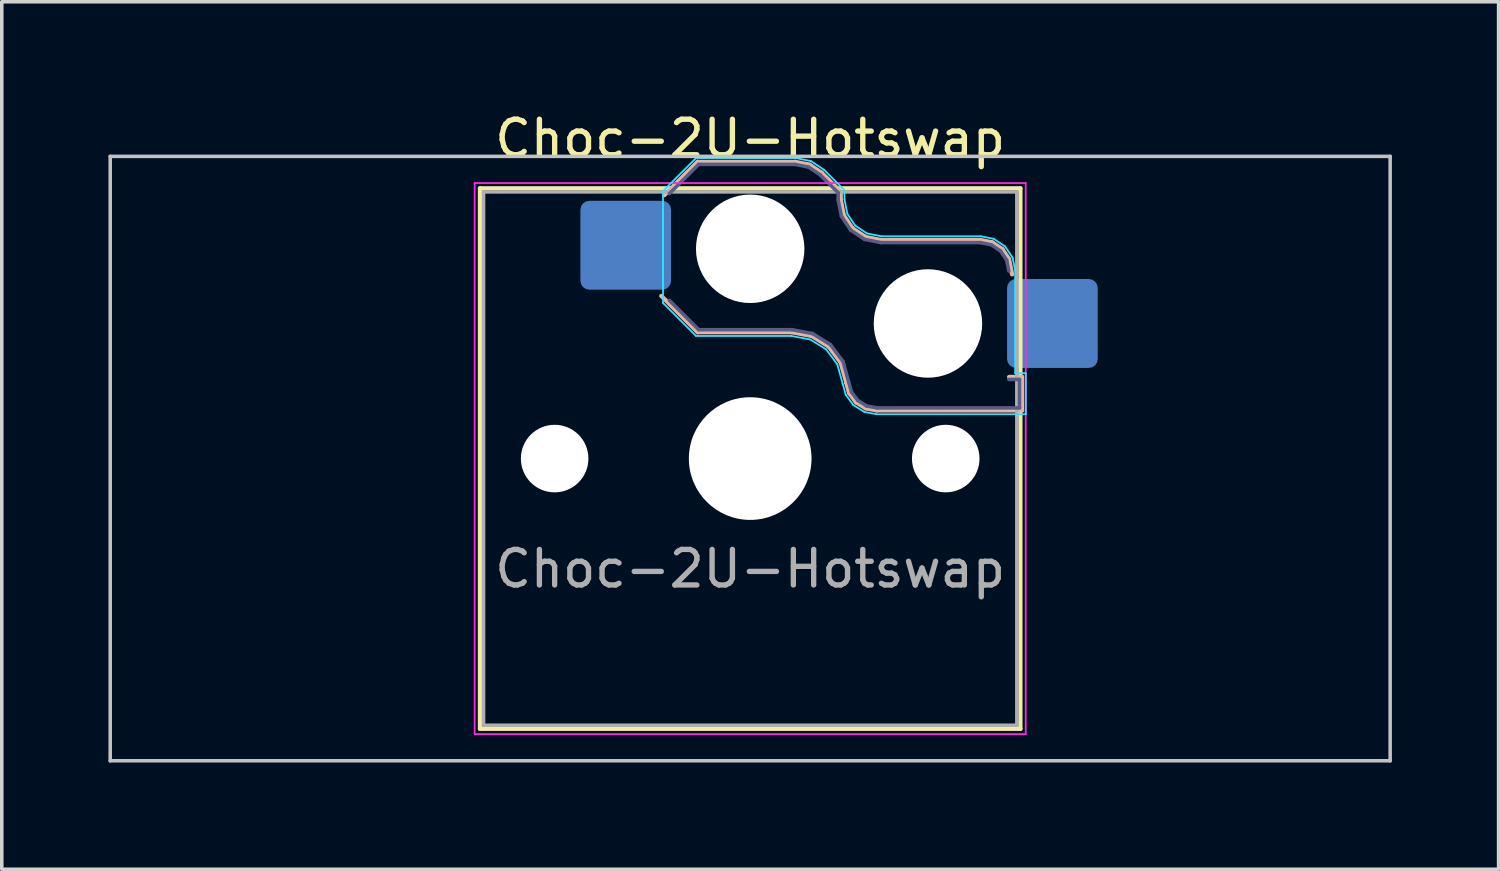
<source format=kicad_pcb>
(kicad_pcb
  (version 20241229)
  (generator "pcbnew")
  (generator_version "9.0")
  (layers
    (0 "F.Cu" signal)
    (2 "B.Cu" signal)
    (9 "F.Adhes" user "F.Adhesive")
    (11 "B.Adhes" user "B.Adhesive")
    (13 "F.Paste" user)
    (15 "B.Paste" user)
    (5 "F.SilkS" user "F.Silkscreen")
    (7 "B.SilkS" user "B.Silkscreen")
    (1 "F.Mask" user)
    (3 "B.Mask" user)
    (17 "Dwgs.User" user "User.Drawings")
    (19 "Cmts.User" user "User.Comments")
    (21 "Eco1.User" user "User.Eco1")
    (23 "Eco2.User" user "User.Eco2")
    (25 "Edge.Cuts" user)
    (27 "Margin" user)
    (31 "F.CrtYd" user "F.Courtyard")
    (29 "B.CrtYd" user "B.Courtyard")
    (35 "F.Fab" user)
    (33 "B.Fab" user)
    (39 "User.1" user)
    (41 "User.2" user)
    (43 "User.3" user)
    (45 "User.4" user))
  (footprint "Choc-2U-Hotswap"
    (layer "F.Cu")
    (at 18.05 9.848)
    (property "Reference" "Choc-2U-Hotswap" (at 0 -9 0) (layer "F.SilkS") (effects (font (size 1 1) (thickness 0.15))))
    (attr smd)
    (fp_line (start -7.6 -7.6) (end -7.6 7.6) (stroke (width 0.12) (type solid)) (layer "F.SilkS"))
    (fp_line (start -7.6 7.6) (end 7.6 7.6) (stroke (width 0.12) (type solid)) (layer "F.SilkS"))
    (fp_line (start 7.6 -7.6) (end -7.6 -7.6) (stroke (width 0.12) (type solid)) (layer "F.SilkS"))
    (fp_line (start 7.6 7.6) (end 7.6 -7.6) (stroke (width 0.12) (type solid)) (layer "F.SilkS"))
    (fp_line (start -2.416 -7.409) (end -1.479 -8.346) (stroke (width 0.12) (type solid)) (layer "B.SilkS"))
    (fp_line (start -1.479 -8.346) (end 1.268 -8.346) (stroke (width 0.12) (type solid)) (layer "B.SilkS"))
    (fp_line (start -1.479 -3.554) (end -2.5 -4.575) (stroke (width 0.12) (type solid)) (layer "B.SilkS"))
    (fp_line (start 1.168 -3.554) (end -1.479 -3.554) (stroke (width 0.12) (type solid)) (layer "B.SilkS"))
    (fp_line (start 1.268 -8.346) (end 1.671 -8.266) (stroke (width 0.12) (type solid)) (layer "B.SilkS"))
    (fp_line (start 1.671 -8.266) (end 2.013 -8.037) (stroke (width 0.12) (type solid)) (layer "B.SilkS"))
    (fp_line (start 1.73 -3.449) (end 1.168 -3.554) (stroke (width 0.12) (type solid)) (layer "B.SilkS"))
    (fp_line (start 2.013 -8.037) (end 2.546 -7.504) (stroke (width 0.12) (type solid)) (layer "B.SilkS"))
    (fp_line (start 2.209 -3.15) (end 1.73 -3.449) (stroke (width 0.12) (type solid)) (layer "B.SilkS"))
    (fp_line (start 2.546 -7.504) (end 2.546 -7.282) (stroke (width 0.12) (type solid)) (layer "B.SilkS"))
    (fp_line (start 2.546 -7.282) (end 2.633 -6.844) (stroke (width 0.12) (type solid)) (layer "B.SilkS"))
    (fp_line (start 2.547 -2.697) (end 2.209 -3.15) (stroke (width 0.12) (type solid)) (layer "B.SilkS"))
    (fp_line (start 2.633 -6.844) (end 2.877 -6.477) (stroke (width 0.12) (type solid)) (layer "B.SilkS"))
    (fp_line (start 2.701 -2.139) (end 2.547 -2.697) (stroke (width 0.12) (type solid)) (layer "B.SilkS"))
    (fp_line (start 2.783 -1.841) (end 2.701 -2.139) (stroke (width 0.12) (type solid)) (layer "B.SilkS"))
    (fp_line (start 2.877 -6.477) (end 3.244 -6.233) (stroke (width 0.12) (type solid)) (layer "B.SilkS"))
    (fp_line (start 2.976 -1.583) (end 2.783 -1.841) (stroke (width 0.12) (type solid)) (layer "B.SilkS"))
    (fp_line (start 3.244 -6.233) (end 3.682 -6.146) (stroke (width 0.12) (type solid)) (layer "B.SilkS"))
    (fp_line (start 3.25 -1.413) (end 2.976 -1.583) (stroke (width 0.12) (type solid)) (layer "B.SilkS"))
    (fp_line (start 3.56 -1.354) (end 3.25 -1.413) (stroke (width 0.12) (type solid)) (layer "B.SilkS"))
    (fp_line (start 3.682 -6.146) (end 6.482 -6.146) (stroke (width 0.12) (type solid)) (layer "B.SilkS"))
    (fp_line (start 6.482 -6.146) (end 6.809 -6.081) (stroke (width 0.12) (type solid)) (layer "B.SilkS"))
    (fp_line (start 6.809 -6.081) (end 7.092 -5.892) (stroke (width 0.12) (type solid)) (layer "B.SilkS"))
    (fp_line (start 7.092 -5.892) (end 7.281 -5.609) (stroke (width 0.12) (type solid)) (layer "B.SilkS"))
    (fp_line (start 7.281 -5.609) (end 7.366 -5.182) (stroke (width 0.12) (type solid)) (layer "B.SilkS"))
    (fp_line (start 7.283 -2.296) (end 7.646 -2.296) (stroke (width 0.12) (type solid)) (layer "B.SilkS"))
    (fp_line (start 7.646 -2.296) (end 7.646 -1.354) (stroke (width 0.12) (type solid)) (layer "B.SilkS"))
    (fp_line (start 7.646 -1.354) (end 3.56 -1.354) (stroke (width 0.12) (type solid)) (layer "B.SilkS"))
    (fp_line (start -18 -8.5) (end -18 8.5) (stroke (width 0.1) (type solid)) (layer "Dwgs.User"))
    (fp_line (start -18 8.5) (end 18 8.5) (stroke (width 0.1) (type solid)) (layer "Dwgs.User"))
    (fp_line (start 18 -8.5) (end -18 -8.5) (stroke (width 0.1) (type solid)) (layer "Dwgs.User"))
    (fp_line (start 18 8.5) (end 18 -8.5) (stroke (width 0.1) (type solid)) (layer "Dwgs.User"))
    (fp_line (start -7.25 -7.25) (end -7.25 7.25) (stroke (width 0.1) (type solid)) (layer "Eco1.User"))
    (fp_line (start -7.25 7.25) (end 7.25 7.25) (stroke (width 0.1) (type solid)) (layer "Eco1.User"))
    (fp_line (start 7.25 -7.25) (end -7.25 -7.25) (stroke (width 0.1) (type solid)) (layer "Eco1.User"))
    (fp_line (start 7.25 7.25) (end 7.25 -7.25) (stroke (width 0.1) (type solid)) (layer "Eco1.User"))
    (fp_line (start -2.452 -7.523) (end -1.523 -8.452) (stroke (width 0.05) (type solid)) (layer "B.CrtYd"))
    (fp_line (start -2.452 -4.377) (end -2.452 -7.523) (stroke (width 0.05) (type solid)) (layer "B.CrtYd"))
    (fp_line (start -1.523 -8.452) (end 1.278 -8.452) (stroke (width 0.05) (type solid)) (layer "B.CrtYd"))
    (fp_line (start -1.523 -3.448) (end -2.452 -4.377) (stroke (width 0.05) (type solid)) (layer "B.CrtYd"))
    (fp_line (start 1.159 -3.448) (end -1.523 -3.448) (stroke (width 0.05) (type solid)) (layer "B.CrtYd"))
    (fp_line (start 1.278 -8.452) (end 1.712 -8.366) (stroke (width 0.05) (type solid)) (layer "B.CrtYd"))
    (fp_line (start 1.691 -3.348) (end 1.159 -3.448) (stroke (width 0.05) (type solid)) (layer "B.CrtYd"))
    (fp_line (start 1.712 -8.366) (end 2.081 -8.119) (stroke (width 0.05) (type solid)) (layer "B.CrtYd"))
    (fp_line (start 2.081 -8.119) (end 2.652 -7.548) (stroke (width 0.05) (type solid)) (layer "B.CrtYd"))
    (fp_line (start 2.136 -3.071) (end 1.691 -3.348) (stroke (width 0.05) (type solid)) (layer "B.CrtYd"))
    (fp_line (start 2.45 -2.65) (end 2.136 -3.071) (stroke (width 0.05) (type solid)) (layer "B.CrtYd"))
    (fp_line (start 2.599 -2.111) (end 2.45 -2.65) (stroke (width 0.05) (type solid)) (layer "B.CrtYd"))
    (fp_line (start 2.652 -7.548) (end 2.652 -7.292) (stroke (width 0.05) (type solid)) (layer "B.CrtYd"))
    (fp_line (start 2.652 -7.292) (end 2.733 -6.885) (stroke (width 0.05) (type solid)) (layer "B.CrtYd"))
    (fp_line (start 2.687 -1.794) (end 2.599 -2.111) (stroke (width 0.05) (type solid)) (layer "B.CrtYd"))
    (fp_line (start 2.733 -6.885) (end 2.953 -6.553) (stroke (width 0.05) (type solid)) (layer "B.CrtYd"))
    (fp_line (start 2.903 -1.503) (end 2.687 -1.794) (stroke (width 0.05) (type solid)) (layer "B.CrtYd"))
    (fp_line (start 2.953 -6.553) (end 3.285 -6.333) (stroke (width 0.05) (type solid)) (layer "B.CrtYd"))
    (fp_line (start 3.211 -1.312) (end 2.903 -1.503) (stroke (width 0.05) (type solid)) (layer "B.CrtYd"))
    (fp_line (start 3.285 -6.333) (end 3.692 -6.252) (stroke (width 0.05) (type solid)) (layer "B.CrtYd"))
    (fp_line (start 3.55 -1.248) (end 3.211 -1.312) (stroke (width 0.05) (type solid)) (layer "B.CrtYd"))
    (fp_line (start 3.692 -6.252) (end 6.492 -6.252) (stroke (width 0.05) (type solid)) (layer "B.CrtYd"))
    (fp_line (start 6.492 -6.252) (end 6.85 -6.181) (stroke (width 0.05) (type solid)) (layer "B.CrtYd"))
    (fp_line (start 6.85 -6.181) (end 7.168 -5.968) (stroke (width 0.05) (type solid)) (layer "B.CrtYd"))
    (fp_line (start 7.168 -5.968) (end 7.381 -5.65) (stroke (width 0.05) (type solid)) (layer "B.CrtYd"))
    (fp_line (start 7.381 -5.65) (end 7.452 -5.292) (stroke (width 0.05) (type solid)) (layer "B.CrtYd"))
    (fp_line (start 7.452 -5.292) (end 7.452 -2.402) (stroke (width 0.05) (type solid)) (layer "B.CrtYd"))
    (fp_line (start 7.452 -2.402) (end 7.752 -2.402) (stroke (width 0.05) (type solid)) (layer "B.CrtYd"))
    (fp_line (start 7.752 -2.402) (end 7.752 -1.248) (stroke (width 0.05) (type solid)) (layer "B.CrtYd"))
    (fp_line (start 7.752 -1.248) (end 3.55 -1.248) (stroke (width 0.05) (type solid)) (layer "B.CrtYd"))
    (fp_line (start -7.75 -7.75) (end -7.75 7.75) (stroke (width 0.05) (type solid)) (layer "F.CrtYd"))
    (fp_line (start -7.75 7.75) (end 7.75 7.75) (stroke (width 0.05) (type solid)) (layer "F.CrtYd"))
    (fp_line (start 7.75 -7.75) (end -7.75 -7.75) (stroke (width 0.05) (type solid)) (layer "F.CrtYd"))
    (fp_line (start 7.75 7.75) (end 7.75 -7.75) (stroke (width 0.05) (type solid)) (layer "F.CrtYd"))
    (fp_line (start -2.275 -7.45) (end -1.45 -8.275) (stroke (width 0.1) (type solid)) (layer "B.Fab"))
    (fp_line (start -1.45 -8.275) (end 1.261 -8.275) (stroke (width 0.1) (type solid)) (layer "B.Fab"))
    (fp_line (start -1.45 -3.625) (end -2.275 -4.45) (stroke (width 0.1) (type solid)) (layer "B.Fab"))
    (fp_line (start 1.175 -3.625) (end -1.45 -3.625) (stroke (width 0.1) (type solid)) (layer "B.Fab"))
    (fp_line (start 1.261 -8.275) (end 1.643 -8.199) (stroke (width 0.1) (type solid)) (layer "B.Fab"))
    (fp_line (start 1.643 -8.199) (end 1.968 -7.982) (stroke (width 0.1) (type solid)) (layer "B.Fab"))
    (fp_line (start 1.756 -3.516) (end 1.175 -3.625) (stroke (width 0.1) (type solid)) (layer "B.Fab"))
    (fp_line (start 1.968 -7.982) (end 2.475 -7.475) (stroke (width 0.1) (type solid)) (layer "B.Fab"))
    (fp_line (start 2.258 -3.203) (end 1.756 -3.516) (stroke (width 0.1) (type solid)) (layer "B.Fab"))
    (fp_line (start 2.475 -7.475) (end 2.475 -7.275) (stroke (width 0.1) (type solid)) (layer "B.Fab"))
    (fp_line (start 2.475 -7.275) (end 2.566 -6.816) (stroke (width 0.1) (type solid)) (layer "B.Fab"))
    (fp_line (start 2.566 -6.816) (end 2.826 -6.426) (stroke (width 0.1) (type solid)) (layer "B.Fab"))
    (fp_line (start 2.612 -2.729) (end 2.258 -3.203) (stroke (width 0.1) (type solid)) (layer "B.Fab"))
    (fp_line (start 2.769 -2.158) (end 2.612 -2.729) (stroke (width 0.1) (type solid)) (layer "B.Fab"))
    (fp_line (start 2.826 -6.426) (end 3.216 -6.166) (stroke (width 0.1) (type solid)) (layer "B.Fab"))
    (fp_line (start 2.848 -1.873) (end 2.769 -2.158) (stroke (width 0.1) (type solid)) (layer "B.Fab"))
    (fp_line (start 3.025 -1.636) (end 2.848 -1.873) (stroke (width 0.1) (type solid)) (layer "B.Fab"))
    (fp_line (start 3.216 -6.166) (end 3.675 -6.075) (stroke (width 0.1) (type solid)) (layer "B.Fab"))
    (fp_line (start 3.276 -1.48) (end 3.025 -1.636) (stroke (width 0.1) (type solid)) (layer "B.Fab"))
    (fp_line (start 3.567 -1.425) (end 3.276 -1.48) (stroke (width 0.1) (type solid)) (layer "B.Fab"))
    (fp_line (start 3.675 -6.075) (end 6.475 -6.075) (stroke (width 0.1) (type solid)) (layer "B.Fab"))
    (fp_line (start 6.475 -6.075) (end 6.781 -6.014) (stroke (width 0.1) (type solid)) (layer "B.Fab"))
    (fp_line (start 6.781 -6.014) (end 7.041 -5.841) (stroke (width 0.1) (type solid)) (layer "B.Fab"))
    (fp_line (start 7.041 -5.841) (end 7.214 -5.581) (stroke (width 0.1) (type solid)) (layer "B.Fab"))
    (fp_line (start 7.214 -5.581) (end 7.275 -5.275) (stroke (width 0.1) (type solid)) (layer "B.Fab"))
    (fp_line (start 7.275 -2.225) (end 7.575 -2.225) (stroke (width 0.1) (type solid)) (layer "B.Fab"))
    (fp_line (start 7.575 -2.225) (end 7.575 -1.425) (stroke (width 0.1) (type solid)) (layer "B.Fab"))
    (fp_line (start 7.575 -1.425) (end 3.567 -1.425) (stroke (width 0.1) (type solid)) (layer "B.Fab"))
    (fp_line (start -7.5 -7.5) (end -7.5 7.5) (stroke (width 0.1) (type solid)) (layer "F.Fab"))
    (fp_line (start -7.5 7.5) (end 7.5 7.5) (stroke (width 0.1) (type solid)) (layer "F.Fab"))
    (fp_line (start 7.5 -7.5) (end -7.5 -7.5) (stroke (width 0.1) (type solid)) (layer "F.Fab"))
    (fp_line (start 7.5 7.5) (end 7.5 -7.5) (stroke (width 0.1) (type solid)) (layer "F.Fab"))
    (fp_text user "${REFERENCE}" (at 0 3.1 0) (layer "F.Fab") (effects (font (size 1 1) (thickness 0.15))))
    (pad "" np_thru_hole circle (at -5.5 0) (size 1.9 1.9) (drill 1.9) (layers "*.Cu" "*.Mask"))
    (pad "" np_thru_hole circle (at 0 -5.9) (size 3.05 3.05) (drill 3.05) (layers "*.Cu" "*.Mask"))
    (pad "" np_thru_hole circle (at 0 0) (size 3.45 3.45) (drill 3.45) (layers "*.Cu" "*.Mask"))
    (pad "" np_thru_hole circle (at 5 -3.8) (size 3.05 3.05) (drill 3.05) (layers "*.Cu" "*.Mask"))
    (pad "" np_thru_hole circle (at 5.5 0) (size 1.9 1.9) (drill 1.9) (layers "*.Cu" "*.Mask"))
    (pad "1" smd roundrect (at -3.5 -6) (size 2.55 2.5) (layers "B.Cu" "B.Mask" "B.Paste") (roundrect_rratio 0.1))
    (pad "2" smd roundrect (at 8.5 -3.8) (size 2.55 2.5) (layers "B.Cu" "B.Mask" "B.Paste") (roundrect_rratio 0.1)))
  (gr_rect
    (start -3 -3)
    (end 39.1 21.398)
    (stroke (width 0.1) (type default))
    (fill no)
    (layer "Edge.Cuts")))
</source>
